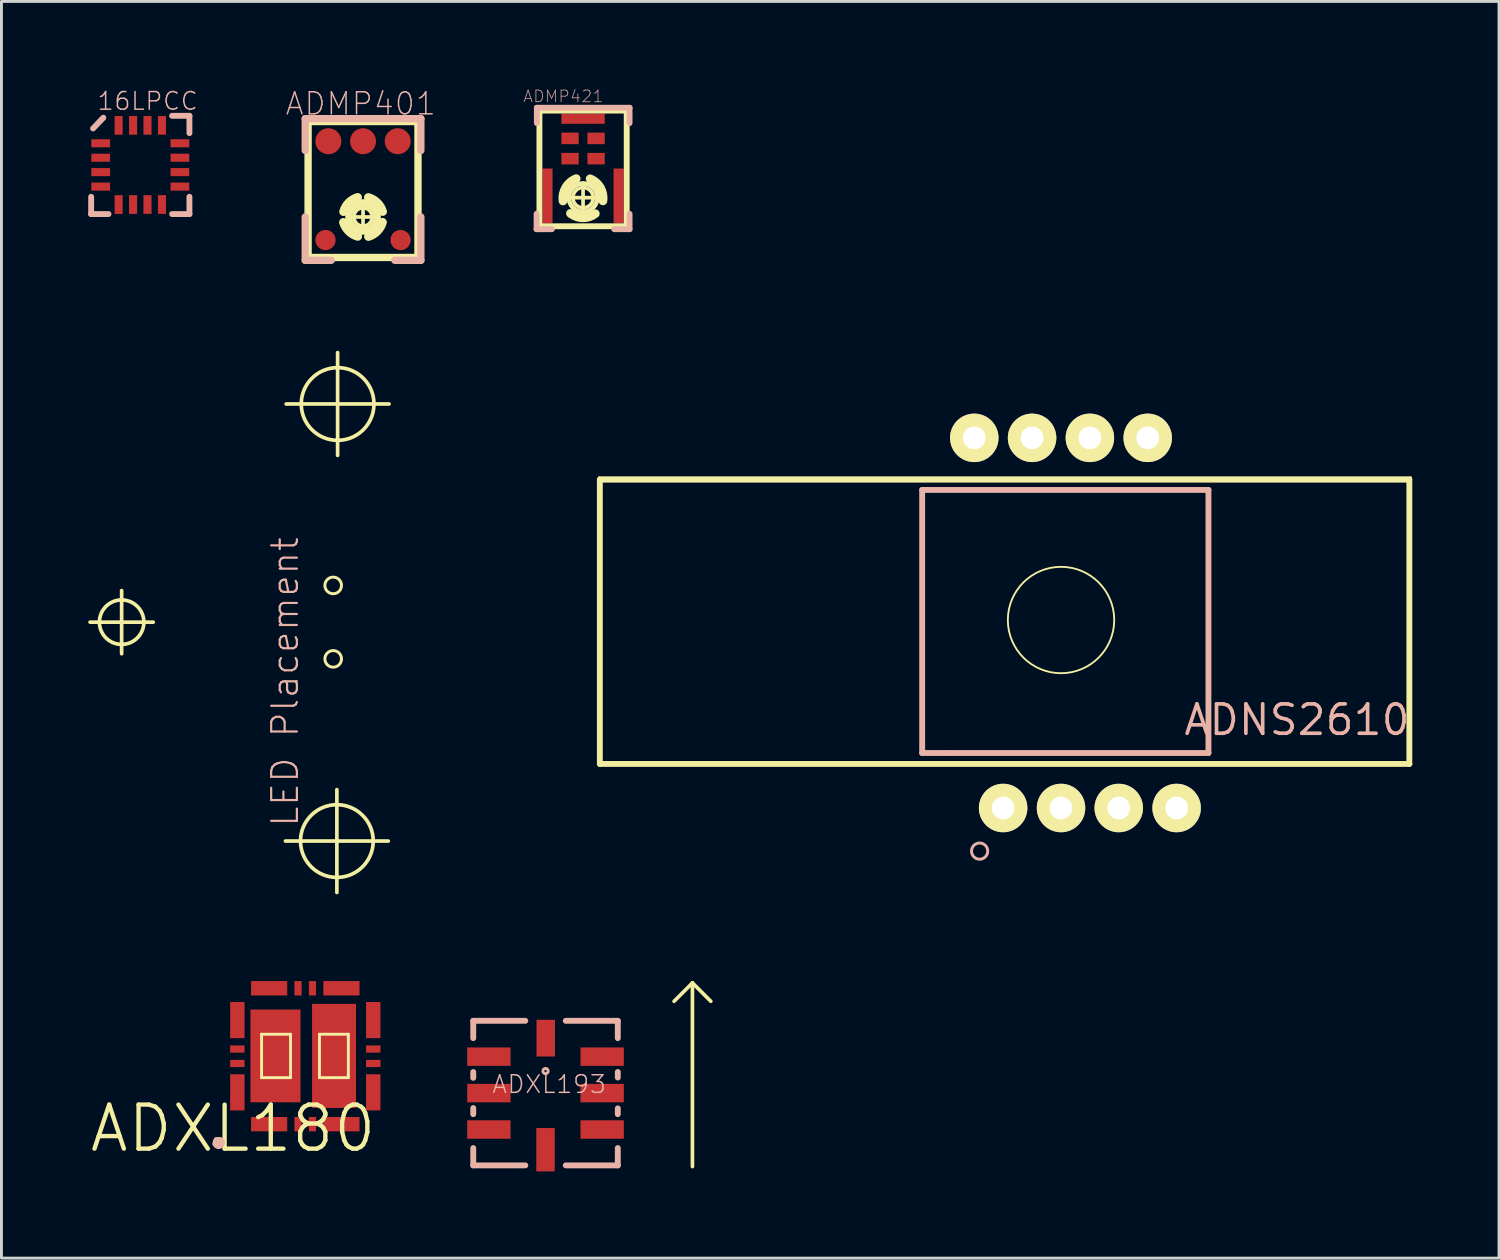
<source format=kicad_pcb>
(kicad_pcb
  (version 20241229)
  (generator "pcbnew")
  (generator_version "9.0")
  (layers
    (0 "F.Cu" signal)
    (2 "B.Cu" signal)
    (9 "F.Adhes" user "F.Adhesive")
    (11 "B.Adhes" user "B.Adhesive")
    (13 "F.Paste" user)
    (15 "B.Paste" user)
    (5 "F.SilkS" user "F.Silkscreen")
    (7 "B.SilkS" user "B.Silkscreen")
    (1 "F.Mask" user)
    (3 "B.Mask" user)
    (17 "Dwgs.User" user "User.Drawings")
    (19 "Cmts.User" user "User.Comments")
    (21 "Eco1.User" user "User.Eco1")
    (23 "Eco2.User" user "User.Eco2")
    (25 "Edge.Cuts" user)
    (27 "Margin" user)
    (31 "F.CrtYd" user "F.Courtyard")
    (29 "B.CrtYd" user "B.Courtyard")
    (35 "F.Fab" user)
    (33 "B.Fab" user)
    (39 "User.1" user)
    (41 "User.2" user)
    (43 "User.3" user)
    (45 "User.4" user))
  (footprint "ADXL180"
    (layer "F.Cu")
    (at 5.007 35.971)
    (property "Reference" "ADXL180" (at 0 0 0) (layer "F.SilkS") (effects (font (size 1.524 1.524) (thickness 0.15))))
    (attr smd)
    (fp_line (start 0.988 -3.259) (end 0.988 -1.758) (stroke (width 0.1) (type solid)) (layer "F.SilkS"))
    (fp_line (start 0.988 -1.758) (end 1.989 -1.758) (stroke (width 0.1) (type solid)) (layer "F.SilkS"))
    (fp_line (start 1.989 -3.259) (end 0.988 -3.259) (stroke (width 0.1) (type solid)) (layer "F.SilkS"))
    (fp_line (start 1.989 -1.758) (end 1.989 -3.259) (stroke (width 0.1) (type solid)) (layer "F.SilkS"))
    (fp_line (start 2.99 -3.259) (end 2.99 -1.758) (stroke (width 0.1) (type solid)) (layer "F.SilkS"))
    (fp_line (start 2.99 -1.758) (end 3.988 -1.758) (stroke (width 0.1) (type solid)) (layer "F.SilkS"))
    (fp_line (start 3.988 -3.259) (end 2.99 -3.259) (stroke (width 0.1) (type solid)) (layer "F.SilkS"))
    (fp_line (start 3.988 -1.758) (end 3.988 -3.259) (stroke (width 0.1) (type solid)) (layer "F.SilkS"))
    (fp_line (start -0.648 0.549) (end -0.599 0.373) (stroke (width 0.127) (type solid)) (layer "B.SilkS"))
    (fp_line (start -0.599 0.373) (end -0.424 0.373) (stroke (width 0.127) (type solid)) (layer "B.SilkS"))
    (fp_line (start -0.599 0.599) (end -0.498 0.475) (stroke (width 0.127) (type solid)) (layer "B.SilkS"))
    (fp_line (start -0.498 0.475) (end -0.45 0.523) (stroke (width 0.127) (type solid)) (layer "B.SilkS"))
    (fp_line (start -0.498 0.648) (end -0.599 0.599) (stroke (width 0.127) (type solid)) (layer "B.SilkS"))
    (fp_line (start -0.424 0.373) (end -0.348 0.475) (stroke (width 0.127) (type solid)) (layer "B.SilkS"))
    (fp_line (start -0.399 0.599) (end -0.498 0.648) (stroke (width 0.127) (type solid)) (layer "B.SilkS"))
    (fp_line (start -0.348 0.475) (end -0.399 0.599) (stroke (width 0.127) (type solid)) (layer "B.SilkS"))
    (fp_circle (center -0.498 0.498) (end -0.622 0.622) (stroke (width 0.064) (type solid)) (fill no) (layer "B.SilkS"))
    (pad "1" smd rect (at 1.25 -0.15) (size 1.25 0.498) (layers "F.Cu" "F.Mask" "F.Paste"))
    (pad "2" smd rect (at 2.248 -0.15) (size 0.249 0.498) (layers "F.Cu" "F.Mask" "F.Paste"))
    (pad "3" smd rect (at 2.748 -0.15) (size 0.249 0.498) (layers "F.Cu" "F.Mask" "F.Paste"))
    (pad "4" smd rect (at 3.749 -0.15) (size 1.25 0.498) (layers "F.Cu" "F.Mask" "F.Paste"))
    (pad "5" smd rect (at 4.849 -1.25 90) (size 1.25 0.498) (layers "F.Cu" "F.Mask" "F.Paste"))
    (pad "6" smd rect (at 4.849 -2.248 90) (size 0.249 0.498) (layers "F.Cu" "F.Mask" "F.Paste"))
    (pad "7" smd rect (at 4.849 -2.748 90) (size 0.249 0.498) (layers "F.Cu" "F.Mask" "F.Paste"))
    (pad "8" smd rect (at 4.849 -3.749 90) (size 1.25 0.498) (layers "F.Cu" "F.Mask" "F.Paste"))
    (pad "9" smd rect (at 3.749 -4.849 180) (size 1.25 0.498) (layers "F.Cu" "F.Mask" "F.Paste"))
    (pad "10" smd rect (at 2.748 -4.849 180) (size 0.249 0.498) (layers "F.Cu" "F.Mask" "F.Paste"))
    (pad "11" smd rect (at 2.248 -4.849 180) (size 0.249 0.498) (layers "F.Cu" "F.Mask" "F.Paste"))
    (pad "12" smd rect (at 1.25 -4.849 180) (size 1.25 0.498) (layers "F.Cu" "F.Mask" "F.Paste"))
    (pad "13" smd rect (at 0.15 -3.749 270) (size 1.25 0.498) (layers "F.Cu" "F.Mask" "F.Paste"))
    (pad "14" smd rect (at 0.15 -2.748 270) (size 0.249 0.498) (layers "F.Cu" "F.Mask" "F.Paste"))
    (pad "15" smd rect (at 0.15 -2.248 270) (size 0.249 0.498) (layers "F.Cu" "F.Mask" "F.Paste"))
    (pad "16" smd rect (at 0.15 -1.25 270) (size 1.25 0.498) (layers "F.Cu" "F.Mask" "F.Paste"))
    (pad "17" smd rect (at 1.468 -2.51 90) (size 3.208 1.73) (layers "F.Cu" "F.Mask" "F.Paste"))
    (pad "18" smd rect (at 3.493 -2.51 90) (size 3.599 1.519) (layers "F.Cu" "F.Mask" "F.Paste")))
  (footprint "16LPCC"
    (layer "F.Cu")
    (at 1.801 2.653)
    (property "Reference" "16LPCC" (at 0.254 -2.207 0) (layer "B.SilkS") (effects (font (size 0.61 0.61) (thickness 0.051))))
    (attr smd)
    (fp_line (start -1.699 1.699) (end -1.699 1.1) (stroke (width 0.203) (type solid)) (layer "B.SilkS"))
    (fp_line (start -1.699 1.699) (end -1.1 1.699) (stroke (width 0.203) (type solid)) (layer "B.SilkS"))
    (fp_line (start -1.278 -1.633) (end -1.633 -1.26) (stroke (width 0.203) (type solid)) (layer "B.SilkS"))
    (fp_line (start 1.1 1.699) (end 1.699 1.699) (stroke (width 0.203) (type solid)) (layer "B.SilkS"))
    (fp_line (start 1.699 -1.699) (end 1.1 -1.699) (stroke (width 0.203) (type solid)) (layer "B.SilkS"))
    (fp_line (start 1.699 -1.1) (end 1.699 -1.699) (stroke (width 0.203) (type solid)) (layer "B.SilkS"))
    (fp_line (start 1.699 1.699) (end 1.699 1.1) (stroke (width 0.203) (type solid)) (layer "B.SilkS"))
    (pad "1" smd rect (at -1.369 -0.749) (size 0.648 0.279) (layers "F.Cu" "F.Mask" "F.Paste"))
    (pad "2" smd rect (at -1.369 -0.249) (size 0.648 0.279) (layers "F.Cu" "F.Mask" "F.Paste"))
    (pad "3" smd rect (at -1.369 0.249) (size 0.648 0.279) (layers "F.Cu" "F.Mask" "F.Paste"))
    (pad "4" smd rect (at -1.369 0.749) (size 0.648 0.279) (layers "F.Cu" "F.Mask" "F.Paste"))
    (pad "5" smd rect (at -0.749 1.369 270) (size 0.648 0.279) (layers "F.Cu" "F.Mask" "F.Paste"))
    (pad "6" smd rect (at -0.249 1.369 90) (size 0.648 0.279) (layers "F.Cu" "F.Mask" "F.Paste"))
    (pad "7" smd rect (at 0.249 1.369 90) (size 0.648 0.279) (layers "F.Cu" "F.Mask" "F.Paste"))
    (pad "8" smd rect (at 0.749 1.369 90) (size 0.648 0.279) (layers "F.Cu" "F.Mask" "F.Paste"))
    (pad "9" smd rect (at 1.369 0.749) (size 0.648 0.279) (layers "F.Cu" "F.Mask" "F.Paste"))
    (pad "10" smd rect (at 1.369 0.249) (size 0.648 0.279) (layers "F.Cu" "F.Mask" "F.Paste"))
    (pad "11" smd rect (at 1.369 -0.249) (size 0.648 0.279) (layers "F.Cu" "F.Mask" "F.Paste"))
    (pad "12" smd rect (at 1.369 -0.749) (size 0.648 0.279) (layers "F.Cu" "F.Mask" "F.Paste"))
    (pad "13" smd rect (at 0.749 -1.369 90) (size 0.648 0.279) (layers "F.Cu" "F.Mask" "F.Paste"))
    (pad "14" smd rect (at 0.249 -1.369 90) (size 0.648 0.279) (layers "F.Cu" "F.Mask" "F.Paste"))
    (pad "15" smd rect (at -0.249 -1.369 90) (size 0.648 0.279) (layers "F.Cu" "F.Mask" "F.Paste"))
    (pad "16" smd rect (at -0.749 -1.369 90) (size 0.648 0.279) (layers "F.Cu" "F.Mask" "F.Paste")))
  (footprint "ADMP401"
    (layer "F.Cu")
    (at 9.503 4.452)
    (property "Reference" "ADMP401" (at -0.079 -3.917 0) (layer "B.SilkS") (effects (font (size 0.762 0.762) (thickness 0.051))))
    (attr smd)
    (fp_circle (center 0 0) (end -0.348 0.348) (stroke (width 0.15) (type solid)) (fill no) (layer "B.Cu"))
    (fp_line (start -1.9 -3.299) (end -1.9 1.4) (stroke (width 0.254) (type solid)) (layer "F.SilkS"))
    (fp_line (start -1.9 1.4) (end 1.9 1.4) (stroke (width 0.254) (type solid)) (layer "F.SilkS"))
    (fp_line (start -0.45 0) (end 0.45 0) (stroke (width 0.127) (type solid)) (layer "F.SilkS"))
    (fp_line (start 0 0.45) (end 0 -0.45) (stroke (width 0.127) (type solid)) (layer "F.SilkS"))
    (fp_line (start 1.9 -3.299) (end -1.9 -3.299) (stroke (width 0.254) (type solid)) (layer "F.SilkS"))
    (fp_line (start 1.9 1.4) (end 1.9 -3.299) (stroke (width 0.254) (type solid)) (layer "F.SilkS"))
    (fp_arc (start -0.6731 -0.18288) (mid -0.492707 -0.491859) (end -0.186743 -0.677319) (stroke (width 0.29972) (type solid)) (layer "F.SilkS"))
    (fp_arc (start -0.18288 0.6731) (mid -0.491859 0.492707) (end -0.677319 0.186743) (stroke (width 0.29972) (type solid)) (layer "F.SilkS"))
    (fp_arc (start 0.18288 -0.6731) (mid 0.491859 -0.492707) (end 0.677319 -0.186743) (stroke (width 0.29972) (type solid)) (layer "F.SilkS"))
    (fp_arc (start 0.6731 0.18288) (mid 0.492707 0.491859) (end 0.186743 0.677319) (stroke (width 0.29972) (type solid)) (layer "F.SilkS"))
    (fp_circle (center 0 0) (end -0.348 0.348) (stroke (width 0.249) (type solid)) (fill no) (layer "F.SilkS"))
    (fp_circle (center 0 0) (end -0.224 0.224) (stroke (width 0.127) (type solid)) (fill no) (layer "F.SilkS"))
    (fp_line (start -1.999 -3.399) (end 1.999 -3.399) (stroke (width 0.254) (type solid)) (layer "B.SilkS"))
    (fp_line (start -1.999 -2.299) (end -1.999 -3.399) (stroke (width 0.254) (type solid)) (layer "B.SilkS"))
    (fp_line (start -1.999 0) (end -1.999 1.499) (stroke (width 0.254) (type solid)) (layer "B.SilkS"))
    (fp_line (start -1.999 1.499) (end -1.1 1.499) (stroke (width 0.254) (type solid)) (layer "B.SilkS"))
    (fp_line (start 1.1 1.499) (end 1.999 1.499) (stroke (width 0.254) (type solid)) (layer "B.SilkS"))
    (fp_line (start 1.999 -3.399) (end 1.999 -2.299) (stroke (width 0.254) (type solid)) (layer "B.SilkS"))
    (fp_line (start 1.999 1.499) (end 1.999 0) (stroke (width 0.254) (type solid)) (layer "B.SilkS"))
    (pad "1" smd circle (at -1.199 -2.619) (size 0.899 0.899) (layers "F.Cu" "F.Mask" "F.Paste"))
    (pad "2" smd circle (at 1.298 0.798) (size 0.699 0.699) (layers "F.Cu" "F.Mask" "F.Paste"))
    (pad "4" smd circle (at -1.298 0.798) (size 0.699 0.699) (layers "F.Cu" "F.Mask" "F.Paste"))
    (pad "5" smd circle (at 1.199 -2.619) (size 0.899 0.899) (layers "F.Cu" "F.Mask" "F.Paste"))
    (pad "6" smd circle (at 0 -2.619) (size 0.899 0.899) (layers "F.Cu" "F.Mask" "F.Paste")))
  (footprint "ADMP421"
    (layer "F.Cu")
    (at 17.111 3.785)
    (property "Reference" "ADMP421" (at -0.683 -3.503 0) (layer "B.SilkS") (effects (font (size 0.406 0.406) (thickness 0.025))))
    (attr smd)
    (fp_circle (center 0 0) (end -0.348 0.348) (stroke (width 0.15) (type solid)) (fill no) (layer "B.Cu"))
    (fp_line (start -1.509 -3.01) (end -1.509 0.988) (stroke (width 0.203) (type solid)) (layer "F.SilkS"))
    (fp_line (start -1.509 0.988) (end 1.509 0.988) (stroke (width 0.203) (type solid)) (layer "F.SilkS"))
    (fp_line (start -0.498 0) (end 0.498 0) (stroke (width 0.127) (type solid)) (layer "F.SilkS"))
    (fp_line (start 0 0.498) (end 0 -0.498) (stroke (width 0.127) (type solid)) (layer "F.SilkS"))
    (fp_line (start 1.509 -3.01) (end -1.509 -3.01) (stroke (width 0.203) (type solid)) (layer "F.SilkS"))
    (fp_line (start 1.509 0.988) (end 1.509 -3.01) (stroke (width 0.203) (type solid)) (layer "F.SilkS"))
    (fp_arc (start -0.69342 0.1143) (mid -0.599925 -0.351548) (end -0.236758 -0.657923) (stroke (width 0.29972) (type solid)) (layer "F.SilkS"))
    (fp_arc (start 0.24384 -0.65278) (mid 0.598627 -0.347933) (end 0.686514 0.111502) (stroke (width 0.29972) (type solid)) (layer "F.SilkS"))
    (fp_arc (start 0.42418 0.55372) (mid -0.007599 0.696957) (end -0.436164 0.544374) (stroke (width 0.29972) (type solid)) (layer "F.SilkS"))
    (fp_circle (center 0 0) (end -0.348 0.348) (stroke (width 0.15) (type solid)) (fill no) (layer "F.SilkS"))
    (fp_circle (center 0 0) (end -0.249 0.249) (stroke (width 0.127) (type solid)) (fill no) (layer "F.SilkS"))
    (fp_line (start -1.608 0.559) (end -1.608 1.09) (stroke (width 0.203) (type solid)) (layer "B.SilkS"))
    (fp_line (start -1.608 1.09) (end -1.079 1.09) (stroke (width 0.203) (type solid)) (layer "B.SilkS"))
    (fp_line (start -1.598 -3.109) (end -1.598 -2.578) (stroke (width 0.203) (type solid)) (layer "B.SilkS"))
    (fp_line (start -1.598 -3.109) (end 1.608 -3.109) (stroke (width 0.203) (type solid)) (layer "B.SilkS"))
    (fp_line (start 1.079 1.09) (end 1.608 1.09) (stroke (width 0.203) (type solid)) (layer "B.SilkS"))
    (fp_line (start 1.608 -3.109) (end 1.608 -2.578) (stroke (width 0.203) (type solid)) (layer "B.SilkS"))
    (fp_line (start 1.608 1.09) (end 1.608 0.559) (stroke (width 0.203) (type solid)) (layer "B.SilkS"))
    (pad "1" smd rect (at -0.45 -2.05) (size 0.599 0.399) (layers "F.Cu" "F.Mask" "F.Paste"))
    (pad "2" smd rect (at -0.45 -1.349) (size 0.599 0.399) (layers "F.Cu" "F.Mask" "F.Paste"))
    (pad "3" smd rect (at 0 -2.728) (size 1.499 0.348) (layers "F.Cu" "F.Mask" "F.Paste"))
    (pad "4" smd rect (at 0.45 -1.349) (size 0.599 0.399) (layers "F.Cu" "F.Mask" "F.Paste"))
    (pad "5" smd rect (at 0.45 -2.05) (size 0.599 0.399) (layers "F.Cu" "F.Mask" "F.Paste"))
    (pad "6" smd rect (at -1.229 -0.058) (size 0.348 1.9) (layers "F.Cu" "F.Mask" "F.Paste"))
    (pad "7" smd rect (at 1.229 -0.058) (size 0.348 1.9) (layers "F.Cu" "F.Mask" "F.Paste")))
  (footprint "ADNS2610"
    (layer "F.Cu")
    (at 33.668 18.412)
    (property "Reference" "ADNS2610" (at 8.128 3.429 0) (layer "B.SilkS") (effects (font (size 1.016 1.016) (thickness 0.127))))
    (attr exclude_from_pos_files exclude_from_bom)
    (fp_line (start -33.604 0.051) (end -31.42 0.051) (stroke (width 0.127) (type solid)) (layer "F.SilkS"))
    (fp_line (start -32.512 1.143) (end -32.512 -1.041) (stroke (width 0.127) (type solid)) (layer "F.SilkS"))
    (fp_line (start -26.848 7.62) (end -23.292 7.62) (stroke (width 0.127) (type solid)) (layer "F.SilkS"))
    (fp_line (start -26.822 -7.493) (end -23.266 -7.493) (stroke (width 0.127) (type solid)) (layer "F.SilkS"))
    (fp_line (start -25.07 9.398) (end -25.07 5.842) (stroke (width 0.127) (type solid)) (layer "F.SilkS"))
    (fp_line (start -25.044 -5.715) (end -25.044 -9.271) (stroke (width 0.127) (type solid)) (layer "F.SilkS"))
    (fp_line (start -16.002 -4.953) (end 12.065 -4.953) (stroke (width 0.066) (type solid)) (layer "F.SilkS"))
    (fp_line (start -16.002 4.953) (end -16.002 -4.953) (stroke (width 0.066) (type solid)) (layer "F.SilkS"))
    (fp_line (start -16.002 4.953) (end 12.065 4.953) (stroke (width 0.066) (type solid)) (layer "F.SilkS"))
    (fp_line (start -15.977 -4.877) (end -15.977 4.953) (stroke (width 0.203) (type solid)) (layer "F.SilkS"))
    (fp_line (start 12.014 -4.877) (end -15.977 -4.877) (stroke (width 0.203) (type solid)) (layer "F.SilkS"))
    (fp_line (start 12.014 -4.877) (end 12.014 4.953) (stroke (width 0.203) (type solid)) (layer "F.SilkS"))
    (fp_line (start 12.014 4.953) (end -15.977 4.953) (stroke (width 0.203) (type solid)) (layer "F.SilkS"))
    (fp_line (start 12.065 4.953) (end 12.065 -4.953) (stroke (width 0.066) (type solid)) (layer "F.SilkS"))
    (fp_circle (center -32.512 0.051) (end -33.056 0.594) (stroke (width 0.127) (type solid)) (fill no) (layer "F.SilkS"))
    (fp_circle (center -25.197 -1.219) (end -25.4 -1.422) (stroke (width 0.102) (type solid)) (fill no) (layer "F.SilkS"))
    (fp_circle (center -25.197 1.321) (end -25.4 1.524) (stroke (width 0.102) (type solid)) (fill no) (layer "F.SilkS"))
    (fp_circle (center -25.07 7.62) (end -25.959 8.509) (stroke (width 0.127) (type solid)) (fill no) (layer "F.SilkS"))
    (fp_circle (center -25.044 -7.493) (end -25.933 -8.382) (stroke (width 0.127) (type solid)) (fill no) (layer "F.SilkS"))
    (fp_circle (center -0.03 -0.023) (end -1.331 -1.323) (stroke (width 0.064) (type solid)) (fill no) (layer "F.SilkS"))
    (fp_line (start -4.831 -4.521) (end -4.831 4.575) (stroke (width 0.203) (type solid)) (layer "B.SilkS"))
    (fp_line (start -4.831 4.575) (end -3.83 4.575) (stroke (width 0.203) (type solid)) (layer "B.SilkS"))
    (fp_line (start -3.83 4.575) (end 5.067 4.575) (stroke (width 0.203) (type solid)) (layer "B.SilkS"))
    (fp_line (start 5.067 -4.521) (end -4.831 -4.521) (stroke (width 0.203) (type solid)) (layer "B.SilkS"))
    (fp_line (start 5.067 4.575) (end 5.067 -4.521) (stroke (width 0.203) (type solid)) (layer "B.SilkS"))
    (fp_circle (center -2.845 7.968) (end -3.043 8.166) (stroke (width 0.102) (type solid)) (fill no) (layer "B.SilkS"))
    (fp_text user "LED Placement " (at -26.86 1.778 270) (layer "B.SilkS") (effects (font (size 0.889 0.889) (thickness 0.076))))
    (pad "1" thru_hole circle (at -2.032 6.477) (size 1.676 1.676) (drill 0.787) (layers "*.Cu" "F.Mask" "F.SilkS" "F.Paste"))
    (pad "2" thru_hole circle (at -0.03 6.477) (size 1.676 1.676) (drill 0.787) (layers "*.Cu" "F.Mask" "F.SilkS" "F.Paste"))
    (pad "3" thru_hole circle (at 1.966 6.477) (size 1.676 1.676) (drill 0.787) (layers "*.Cu" "F.Mask" "F.SilkS" "F.Paste"))
    (pad "4" thru_hole circle (at 3.967 6.477) (size 1.676 1.676) (drill 0.787) (layers "*.Cu" "F.Mask" "F.SilkS" "F.Paste"))
    (pad "5" thru_hole circle (at 2.967 -6.322) (size 1.676 1.676) (drill 0.787) (layers "*.Cu" "F.Mask" "F.SilkS" "F.Paste"))
    (pad "6" thru_hole circle (at 0.968 -6.322) (size 1.676 1.676) (drill 0.787) (layers "*.Cu" "F.Mask" "F.SilkS" "F.Paste"))
    (pad "7" thru_hole circle (at -1.031 -6.322) (size 1.676 1.676) (drill 0.787) (layers "*.Cu" "F.Mask" "F.SilkS" "F.Paste"))
    (pad "8" thru_hole circle (at -3.03 -6.322) (size 1.676 1.676) (drill 0.787) (layers "*.Cu" "F.Mask" "F.SilkS" "F.Paste")))
  (footprint "ADXL193"
    (layer "F.Cu")
    (at 15.813 34.747)
    (property "Reference" "ADXL193" (at 0.127 -0.305 0) (layer "B.SilkS") (effects (font (size 0.61 0.61) (thickness 0.051))))
    (attr smd)
    (fp_line (start 5.08 -3.81) (end 4.445 -3.175) (stroke (width 0.127) (type solid)) (layer "F.SilkS"))
    (fp_line (start 5.08 -3.81) (end 5.715 -3.175) (stroke (width 0.127) (type solid)) (layer "F.SilkS"))
    (fp_line (start 5.08 2.54) (end 5.08 -3.81) (stroke (width 0.127) (type solid)) (layer "F.SilkS"))
    (fp_line (start -2.499 -2.499) (end -2.499 -1.9) (stroke (width 0.203) (type solid)) (layer "B.SilkS"))
    (fp_line (start -2.499 -0.729) (end -2.499 -0.528) (stroke (width 0.203) (type solid)) (layer "B.SilkS"))
    (fp_line (start -2.499 0.518) (end -2.499 0.729) (stroke (width 0.203) (type solid)) (layer "B.SilkS"))
    (fp_line (start -2.499 1.9) (end -2.499 2.499) (stroke (width 0.203) (type solid)) (layer "B.SilkS"))
    (fp_line (start -2.499 2.499) (end -0.699 2.499) (stroke (width 0.203) (type solid)) (layer "B.SilkS"))
    (fp_line (start -0.699 -2.499) (end -2.499 -2.499) (stroke (width 0.203) (type solid)) (layer "B.SilkS"))
    (fp_line (start 0.699 2.499) (end 2.499 2.499) (stroke (width 0.203) (type solid)) (layer "B.SilkS"))
    (fp_line (start 2.499 -2.499) (end 0.699 -2.499) (stroke (width 0.203) (type solid)) (layer "B.SilkS"))
    (fp_line (start 2.499 -1.9) (end 2.499 -2.499) (stroke (width 0.203) (type solid)) (layer "B.SilkS"))
    (fp_line (start 2.499 -0.538) (end 2.499 -0.729) (stroke (width 0.203) (type solid)) (layer "B.SilkS"))
    (fp_line (start 2.499 0.729) (end 2.499 0.528) (stroke (width 0.203) (type solid)) (layer "B.SilkS"))
    (fp_line (start 2.499 2.499) (end 2.499 1.9) (stroke (width 0.203) (type solid)) (layer "B.SilkS"))
    (fp_circle (center 0 -0.762) (end -0.064 -0.826) (stroke (width 0.102) (type solid)) (fill no) (layer "B.SilkS"))
    (pad "P$1" smd rect (at -1.958 -1.26 90) (size 0.638 1.499) (layers "F.Cu" "F.Mask" "F.Paste"))
    (pad "P$2" smd rect (at -1.958 0 90) (size 0.638 1.499) (layers "F.Cu" "F.Mask" "F.Paste"))
    (pad "P$3" smd rect (at -1.958 1.26 90) (size 0.638 1.499) (layers "F.Cu" "F.Mask" "F.Paste"))
    (pad "P$4" smd rect (at 0 1.958 180) (size 0.638 1.499) (layers "F.Cu" "F.Mask" "F.Paste"))
    (pad "P$5" smd rect (at 1.958 1.26 90) (size 0.638 1.499) (layers "F.Cu" "F.Mask" "F.Paste"))
    (pad "P$6" smd rect (at 1.958 0 90) (size 0.638 1.499) (layers "F.Cu" "F.Mask" "F.Paste"))
    (pad "P$7" smd rect (at 1.958 -1.26 90) (size 0.638 1.499) (layers "F.Cu" "F.Mask" "F.Paste"))
    (pad "P$8" smd rect (at 0.008 -1.9) (size 0.638 1.27) (layers "F.Cu" "F.Mask" "F.Paste")))
  (gr_rect
    (start -3 -3)
    (end 48.783 40.454)
    (stroke (width 0.1) (type default))
    (fill no)
    (layer "Edge.Cuts")))
</source>
